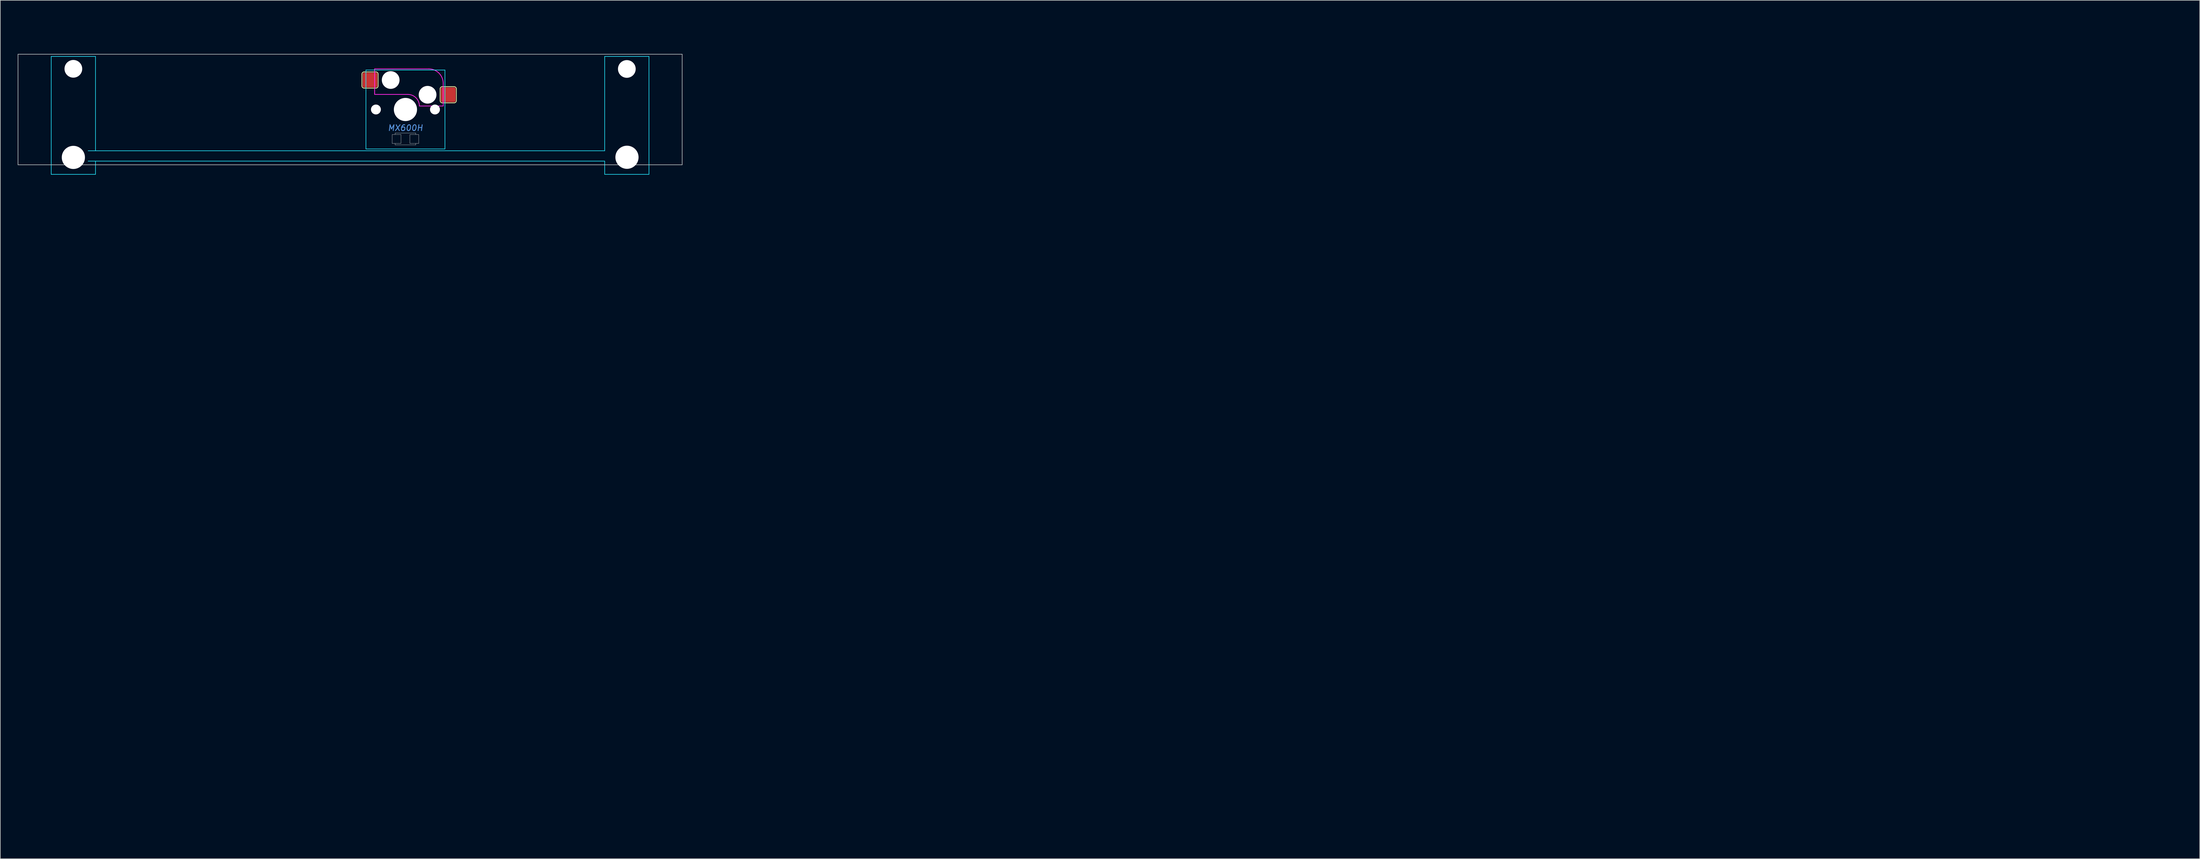
<source format=kicad_pcb>
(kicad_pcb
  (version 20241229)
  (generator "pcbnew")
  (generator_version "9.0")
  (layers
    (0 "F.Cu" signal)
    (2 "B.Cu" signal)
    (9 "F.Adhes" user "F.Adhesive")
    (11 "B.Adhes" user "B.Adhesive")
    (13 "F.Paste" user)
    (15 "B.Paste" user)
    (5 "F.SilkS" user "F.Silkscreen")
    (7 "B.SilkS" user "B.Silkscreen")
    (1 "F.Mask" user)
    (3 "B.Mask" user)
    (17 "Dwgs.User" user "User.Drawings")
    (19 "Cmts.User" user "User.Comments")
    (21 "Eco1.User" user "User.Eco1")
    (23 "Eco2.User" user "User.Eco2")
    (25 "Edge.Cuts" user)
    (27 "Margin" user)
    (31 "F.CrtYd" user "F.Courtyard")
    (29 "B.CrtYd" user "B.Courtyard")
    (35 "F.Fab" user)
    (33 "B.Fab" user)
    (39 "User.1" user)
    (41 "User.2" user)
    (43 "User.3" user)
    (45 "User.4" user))
  (footprint "MX600H"
    (layer "F.Cu")
    (at 66.725 15.815)
    (property "Reference" "MX600H" (at 0 3.175 0) (layer "Cmts.User") (effects (font (size 1 1) (thickness 0.15) (italic yes))))
    (attr smd)
    (fp_line (start -7.493 -6.096) (end -7.493 -4.064) (stroke (width 0.127) (type solid)) (layer "F.SilkS"))
    (fp_line (start -7.112 -3.683) (end -5.08 -3.683) (stroke (width 0.127) (type solid)) (layer "F.SilkS"))
    (fp_line (start -5.08 -6.477) (end -7.112 -6.477) (stroke (width 0.127) (type solid)) (layer "F.SilkS"))
    (fp_line (start -4.699 -4.064) (end -4.699 -6.096) (stroke (width 0.127) (type solid)) (layer "F.SilkS"))
    (fp_line (start 5.969 -3.556) (end 5.969 -1.524) (stroke (width 0.127) (type solid)) (layer "F.SilkS"))
    (fp_line (start 6.35 -1.143) (end 8.382 -1.143) (stroke (width 0.127) (type solid)) (layer "F.SilkS"))
    (fp_line (start 8.382 -3.937) (end 6.35 -3.937) (stroke (width 0.127) (type solid)) (layer "F.SilkS"))
    (fp_line (start 8.763 -1.524) (end 8.763 -3.556) (stroke (width 0.127) (type solid)) (layer "F.SilkS"))
    (fp_arc (start -7.493 -6.096) (mid -7.381408 -6.365408) (end -7.112 -6.477) (stroke (width 0.127) (type solid)) (layer "F.SilkS"))
    (fp_arc (start -7.112 -3.683) (mid -7.381408 -3.794592) (end -7.493 -4.064) (stroke (width 0.127) (type solid)) (layer "F.SilkS"))
    (fp_arc (start -5.08 -6.477) (mid -4.810592 -6.365408) (end -4.699 -6.096) (stroke (width 0.127) (type solid)) (layer "F.SilkS"))
    (fp_arc (start -4.699 -4.064) (mid -4.810592 -3.794592) (end -5.08 -3.683) (stroke (width 0.127) (type solid)) (layer "F.SilkS"))
    (fp_arc (start 5.969 -3.556) (mid 6.080592 -3.825408) (end 6.35 -3.937) (stroke (width 0.127) (type solid)) (layer "F.SilkS"))
    (fp_arc (start 6.35 -1.143) (mid 6.080592 -1.254592) (end 5.969 -1.524) (stroke (width 0.127) (type solid)) (layer "F.SilkS"))
    (fp_arc (start 8.382 -3.937) (mid 8.651408 -3.825408) (end 8.763 -3.556) (stroke (width 0.127) (type solid)) (layer "F.SilkS"))
    (fp_arc (start 8.763 -1.524) (mid 8.651408 -1.254592) (end 8.382 -1.143) (stroke (width 0.127) (type solid)) (layer "F.SilkS"))
    (fp_line (start -66.675 -9.525) (end -66.675 9.525) (stroke (width 0.1) (type solid)) (layer "Dwgs.User"))
    (fp_line (start -66.675 -9.525) (end 47.625 -9.525) (stroke (width 0.1) (type solid)) (layer "Dwgs.User"))
    (fp_line (start -66.675 9.525) (end 47.625 9.525) (stroke (width 0.1) (type solid)) (layer "Dwgs.User"))
    (fp_line (start -2.286 4.318) (end -0.762 4.318) (stroke (width 0.051) (type solid)) (layer "Dwgs.User"))
    (fp_line (start -2.286 5.842) (end -2.286 4.318) (stroke (width 0.051) (type solid)) (layer "Dwgs.User"))
    (fp_line (start -1.778 4.064) (end 1.778 4.064) (stroke (width 0.051) (type solid)) (layer "Dwgs.User"))
    (fp_line (start -1.778 4.318) (end -1.778 4.064) (stroke (width 0.051) (type solid)) (layer "Dwgs.User"))
    (fp_line (start -1.778 6.096) (end -1.778 5.842) (stroke (width 0.051) (type solid)) (layer "Dwgs.User"))
    (fp_line (start -0.762 4.318) (end -0.762 5.842) (stroke (width 0.051) (type solid)) (layer "Dwgs.User"))
    (fp_line (start -0.762 5.842) (end -2.286 5.842) (stroke (width 0.051) (type solid)) (layer "Dwgs.User"))
    (fp_line (start 0.762 4.318) (end 2.286 4.318) (stroke (width 0.051) (type solid)) (layer "Dwgs.User"))
    (fp_line (start 0.762 5.842) (end 0.762 4.318) (stroke (width 0.051) (type solid)) (layer "Dwgs.User"))
    (fp_line (start 1.778 4.064) (end 1.778 4.318) (stroke (width 0.051) (type solid)) (layer "Dwgs.User"))
    (fp_line (start 1.778 5.842) (end 1.778 6.096) (stroke (width 0.051) (type solid)) (layer "Dwgs.User"))
    (fp_line (start 1.778 6.096) (end -1.778 6.096) (stroke (width 0.051) (type solid)) (layer "Dwgs.User"))
    (fp_line (start 2.286 4.318) (end 2.286 5.842) (stroke (width 0.051) (type solid)) (layer "Dwgs.User"))
    (fp_line (start 2.286 5.842) (end 0.762 5.842) (stroke (width 0.051) (type solid)) (layer "Dwgs.User"))
    (fp_line (start 47.625 -9.525) (end 47.625 9.525) (stroke (width 0.1) (type solid)) (layer "Dwgs.User"))
    (fp_line (start -61.29 -0.508) (end -61.29 -3.302) (stroke (width 0.1) (type solid)) (layer "Eco1.User"))
    (fp_line (start -61.29 -3.302) (end -60.274 -3.302) (stroke (width 0.1) (type solid)) (layer "Eco1.User"))
    (fp_line (start -60.274 -3.302) (end -60.274 -5.69) (stroke (width 0.1) (type solid)) (layer "Eco1.User"))
    (fp_line (start -60.274 -0.508) (end -61.29 -0.508) (stroke (width 0.1) (type solid)) (layer "Eco1.User"))
    (fp_line (start -60.274 -5.69) (end -53.619 -5.69) (stroke (width 0.1) (type solid)) (layer "Eco1.User"))
    (fp_line (start -60.274 6.604) (end -60.274 -0.508) (stroke (width 0.1) (type solid)) (layer "Eco1.User"))
    (fp_line (start -58.471 6.604) (end -60.274 6.604) (stroke (width 0.1) (type solid)) (layer "Eco1.User"))
    (fp_line (start -58.471 7.772) (end -58.471 6.604) (stroke (width 0.1) (type solid)) (layer "Eco1.User"))
    (fp_line (start -55.423 6.604) (end -55.423 7.772) (stroke (width 0.1) (type solid)) (layer "Eco1.User"))
    (fp_line (start -55.423 7.772) (end -58.471 7.772) (stroke (width 0.1) (type solid)) (layer "Eco1.User"))
    (fp_line (start -53.619 -5.69) (end -53.619 -2.286) (stroke (width 0.1) (type solid)) (layer "Eco1.User"))
    (fp_line (start -53.619 2.286) (end -53.619 6.604) (stroke (width 0.1) (type solid)) (layer "Eco1.User"))
    (fp_line (start -53.619 -2.286) (end -6.985 -2.286) (stroke (width 0.1) (type solid)) (layer "Eco1.User"))
    (fp_line (start -53.619 6.604) (end -55.423 6.604) (stroke (width 0.1) (type solid)) (layer "Eco1.User"))
    (fp_line (start -6.985 -6.985) (end 6.985 -6.985) (stroke (width 0.1) (type solid)) (layer "Eco1.User"))
    (fp_line (start -6.985 -2.286) (end -6.985 -6.985) (stroke (width 0.1) (type solid)) (layer "Eco1.User"))
    (fp_line (start -6.985 2.286) (end -53.619 2.286) (stroke (width 0.1) (type solid)) (layer "Eco1.User"))
    (fp_line (start -6.985 6.985) (end -6.985 2.286) (stroke (width 0.1) (type solid)) (layer "Eco1.User"))
    (fp_line (start -0.000028 -0.941) (end 0.000028 0.941) (stroke (width 0.1) (type solid)) (layer "Eco1.User"))
    (fp_line (start 0 -15.765) (end 0 -15.765) (stroke (width 0.1) (type solid)) (layer "Eco1.User"))
    (fp_line (start 0 -15.765) (end 0 -15.765) (stroke (width 0.1) (type solid)) (layer "Eco1.User"))
    (fp_line (start 0 -15.765) (end 0 -15.765) (stroke (width 0.1) (type solid)) (layer "Eco1.User"))
    (fp_line (start 0.941 -0.000029) (end -0.941 0.000027) (stroke (width 0.1) (type solid)) (layer "Eco1.User"))
    (fp_line (start 6.985 -6.985) (end 6.985 -2.286) (stroke (width 0.1) (type solid)) (layer "Eco1.User"))
    (fp_line (start 6.985 -2.286) (end 34.568 -2.286) (stroke (width 0.1) (type solid)) (layer "Eco1.User"))
    (fp_line (start 6.985 2.286) (end 6.985 6.985) (stroke (width 0.1) (type solid)) (layer "Eco1.User"))
    (fp_line (start 6.985 6.985) (end -6.985 6.985) (stroke (width 0.1) (type solid)) (layer "Eco1.User"))
    (fp_line (start 34.568 -2.286) (end 34.568 -5.689) (stroke (width 0.1) (type solid)) (layer "Eco1.User"))
    (fp_line (start 34.568 6.604) (end 34.568 2.286) (stroke (width 0.1) (type solid)) (layer "Eco1.User"))
    (fp_line (start 34.568 -5.689) (end 41.223 -5.689) (stroke (width 0.1) (type solid)) (layer "Eco1.User"))
    (fp_line (start 34.568 2.286) (end 6.985 2.286) (stroke (width 0.1) (type solid)) (layer "Eco1.User"))
    (fp_line (start 36.371 6.604) (end 34.568 6.604) (stroke (width 0.1) (type solid)) (layer "Eco1.User"))
    (fp_line (start 36.371 7.773) (end 36.371 6.604) (stroke (width 0.1) (type solid)) (layer "Eco1.User"))
    (fp_line (start 39.419 6.604) (end 39.419 7.773) (stroke (width 0.1) (type solid)) (layer "Eco1.User"))
    (fp_line (start 39.419 7.773) (end 36.371 7.773) (stroke (width 0.1) (type solid)) (layer "Eco1.User"))
    (fp_line (start 41.223 -5.689) (end 41.223 -3.302) (stroke (width 0.1) (type solid)) (layer "Eco1.User"))
    (fp_line (start 41.223 6.604) (end 39.419 6.604) (stroke (width 0.1) (type solid)) (layer "Eco1.User"))
    (fp_line (start 41.223 -3.302) (end 42.239 -3.302) (stroke (width 0.1) (type solid)) (layer "Eco1.User"))
    (fp_line (start 41.223 -0.508) (end 41.223 6.604) (stroke (width 0.1) (type solid)) (layer "Eco1.User"))
    (fp_line (start 42.239 -3.302) (end 42.239 -0.508) (stroke (width 0.1) (type solid)) (layer "Eco1.User"))
    (fp_line (start 42.239 -0.508) (end 41.223 -0.508) (stroke (width 0.1) (type solid)) (layer "Eco1.User"))
    (fp_line (start 304.8 88.594) (end 304.8 90.476) (stroke (width 0.1) (type solid)) (layer "Eco1.User"))
    (fp_line (start 304.8 124.154) (end 304.8 126.036) (stroke (width 0.1) (type solid)) (layer "Eco1.User"))
    (fp_line (start 305.741 89.535) (end 303.859 89.535) (stroke (width 0.1) (type solid)) (layer "Eco1.User"))
    (fp_line (start 305.741 125.095) (end 303.859 125.095) (stroke (width 0.1) (type solid)) (layer "Eco1.User"))
    (fp_line (start -60.96 -9.144) (end -60.96 11.176) (stroke (width 0.1) (type solid)) (layer "B.CrtYd"))
    (fp_line (start -60.96 -9.144) (end -53.34 -9.144) (stroke (width 0.1) (type solid)) (layer "B.CrtYd"))
    (fp_line (start -60.96 11.176) (end -53.34 11.176) (stroke (width 0.1) (type solid)) (layer "B.CrtYd"))
    (fp_line (start -54.61 7.112) (end 34.29 7.112) (stroke (width 0.1) (type solid)) (layer "B.CrtYd"))
    (fp_line (start -54.61 8.89) (end 34.29 8.89) (stroke (width 0.1) (type solid)) (layer "B.CrtYd"))
    (fp_line (start -53.34 7.112) (end -53.34 -9.144) (stroke (width 0.1) (type solid)) (layer "B.CrtYd"))
    (fp_line (start -53.34 8.89) (end -53.34 11.176) (stroke (width 0.1) (type solid)) (layer "B.CrtYd"))
    (fp_line (start -6.8 -6.8) (end -6.8 6.8) (stroke (width 0.1) (type solid)) (layer "B.CrtYd"))
    (fp_line (start 6.8 -6.8) (end -6.8 -6.8) (stroke (width 0.1) (type solid)) (layer "B.CrtYd"))
    (fp_line (start 6.8 -6.8) (end 6.8 6.8) (stroke (width 0.1) (type solid)) (layer "B.CrtYd"))
    (fp_line (start 6.8 6.8) (end -6.8 6.8) (stroke (width 0.1) (type solid)) (layer "B.CrtYd"))
    (fp_line (start 34.29 7.112) (end 34.29 -9.144) (stroke (width 0.1) (type solid)) (layer "B.CrtYd"))
    (fp_line (start 34.29 8.89) (end 34.29 11.176) (stroke (width 0.1) (type solid)) (layer "B.CrtYd"))
    (fp_line (start 41.91 -9.144) (end 34.29 -9.144) (stroke (width 0.1) (type solid)) (layer "B.CrtYd"))
    (fp_line (start 41.91 -9.144) (end 41.91 11.176) (stroke (width 0.1) (type solid)) (layer "B.CrtYd"))
    (fp_line (start 41.91 11.176) (end 34.29 11.176) (stroke (width 0.1) (type solid)) (layer "B.CrtYd"))
    (fp_line (start -5.3 -7) (end -5.3 -2.6) (stroke (width 0.127) (type solid)) (layer "F.CrtYd"))
    (fp_line (start -5.2 -7) (end -5.3 -7) (stroke (width 0.12) (type solid)) (layer "F.CrtYd"))
    (fp_line (start 0.4 -2.6) (end -5.3 -2.6) (stroke (width 0.127) (type solid)) (layer "F.CrtYd"))
    (fp_line (start 4 -7) (end -5.2 -7) (stroke (width 0.12) (type solid)) (layer "F.CrtYd"))
    (fp_line (start 6.5 -4.5) (end 6.5 -0.6) (stroke (width 0.127) (type solid)) (layer "F.CrtYd"))
    (fp_line (start 6.5 -0.6) (end 2.4 -0.6) (stroke (width 0.12) (type solid)) (layer "F.CrtYd"))
    (fp_arc (start 0.4 -2.6) (mid 1.814214 -2.014214) (end 2.4 -0.6) (stroke (width 0.127) (type solid)) (layer "F.CrtYd"))
    (fp_arc (start 4 -7) (mid 5.767767 -6.267767) (end 6.5 -4.5) (stroke (width 0.127) (type solid)) (layer "F.CrtYd"))
    (pad "" np_thru_hole circle (at -57.15 -7.01) (size 3.048 3.048) (drill 3.048) (layers "*.Cu" "*.Mask"))
    (pad "" np_thru_hole circle (at -57.15 8.255) (size 3.988 3.988) (drill 3.988) (layers "*.Cu" "*.Mask"))
    (pad "" np_thru_hole circle (at -5.08 0) (size 1.702 1.702) (drill 1.702) (layers "*.Cu" "*.Mask"))
    (pad "" np_thru_hole circle (at -2.54 -5.08) (size 3.048 3.048) (drill 3.048) (layers "*.Cu" "*.Mask"))
    (pad "" np_thru_hole circle (at 0 0) (size 3.988 3.988) (drill 3.988) (layers "*.Cu" "*.Mask"))
    (pad "" np_thru_hole circle (at 3.81 -2.54) (size 3.048 3.048) (drill 3.048) (layers "*.Cu" "*.Mask"))
    (pad "" np_thru_hole circle (at 5.08 0) (size 1.702 1.702) (drill 1.702) (layers "*.Cu" "*.Mask"))
    (pad "" np_thru_hole circle (at 38.1 -6.985) (size 3.048 3.048) (drill 3.048) (layers "*.Cu" "*.Mask"))
    (pad "" np_thru_hole circle (at 38.125 8.23) (size 3.988 3.988) (drill 3.988) (layers "*.Cu" "*.Mask"))
    (pad "1" smd roundrect (at -6.096 -5.08) (size 2.54 2.54) (layers "F.Cu" "F.Mask") (roundrect_rratio 0.1))
    (pad "2" smd roundrect (at 7.366 -2.54) (size 2.54 2.54) (layers "F.Cu" "F.Mask") (roundrect_rratio 0.1)))
  (gr_rect
    (start -3 -3)
    (end 375.516 144.901)
    (stroke (width 0.1) (type default))
    (fill no)
    (layer "Edge.Cuts")))
</source>
